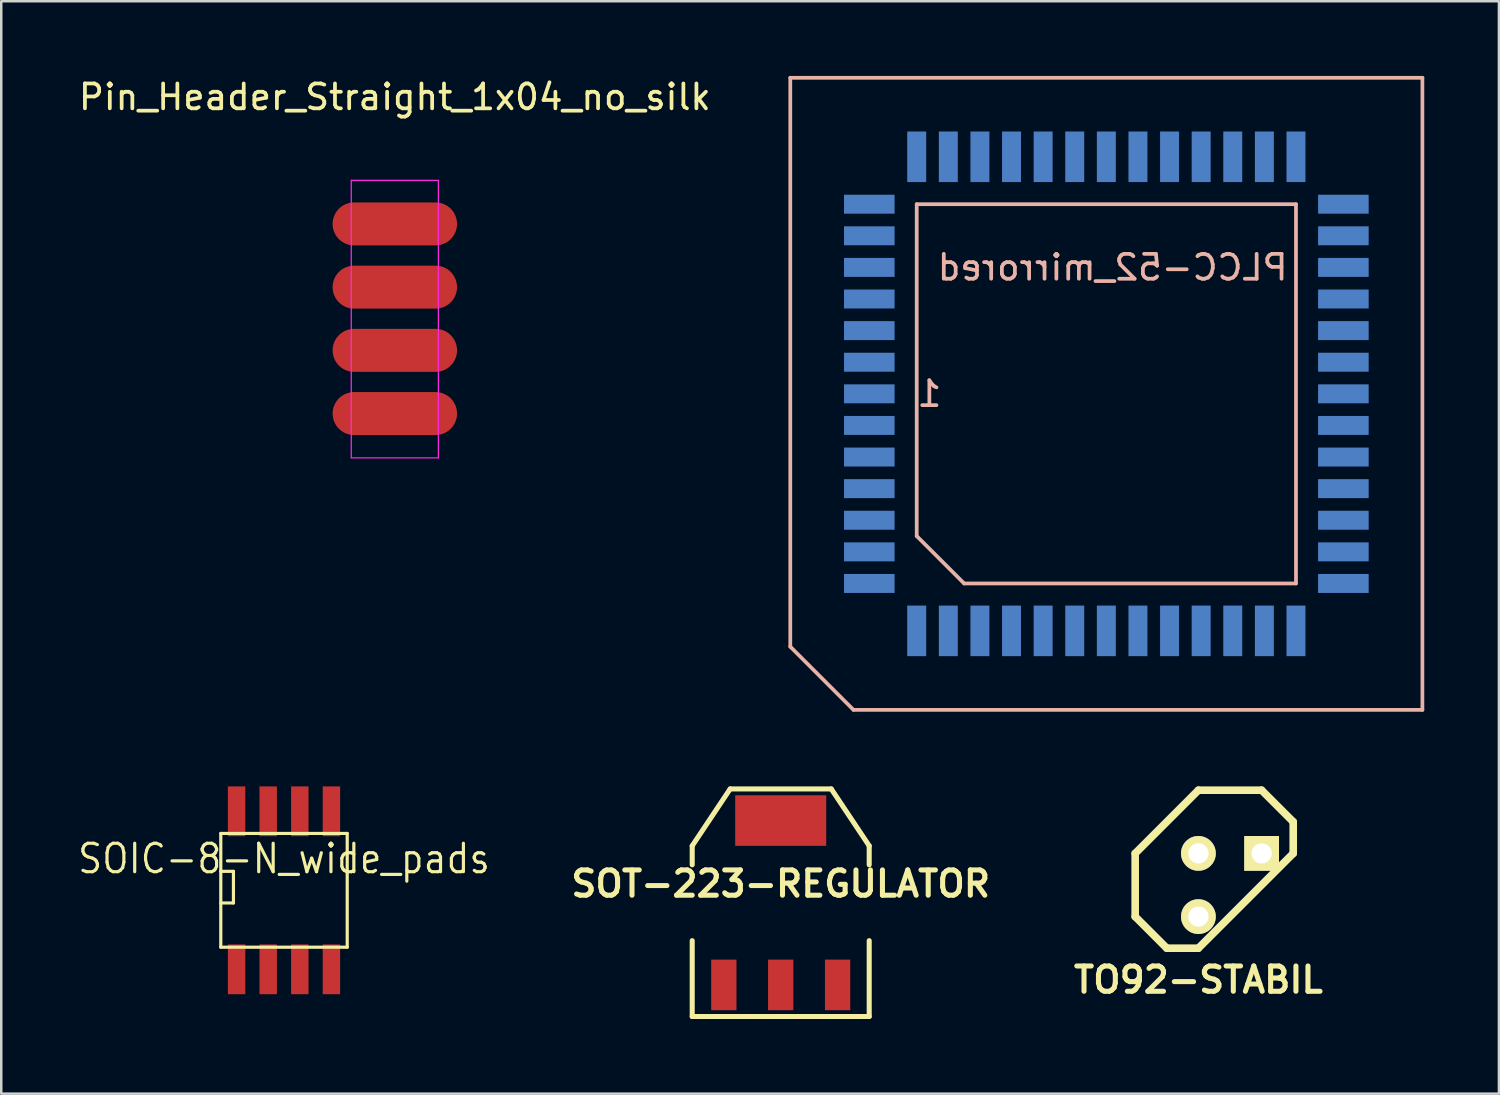
<source format=kicad_pcb>
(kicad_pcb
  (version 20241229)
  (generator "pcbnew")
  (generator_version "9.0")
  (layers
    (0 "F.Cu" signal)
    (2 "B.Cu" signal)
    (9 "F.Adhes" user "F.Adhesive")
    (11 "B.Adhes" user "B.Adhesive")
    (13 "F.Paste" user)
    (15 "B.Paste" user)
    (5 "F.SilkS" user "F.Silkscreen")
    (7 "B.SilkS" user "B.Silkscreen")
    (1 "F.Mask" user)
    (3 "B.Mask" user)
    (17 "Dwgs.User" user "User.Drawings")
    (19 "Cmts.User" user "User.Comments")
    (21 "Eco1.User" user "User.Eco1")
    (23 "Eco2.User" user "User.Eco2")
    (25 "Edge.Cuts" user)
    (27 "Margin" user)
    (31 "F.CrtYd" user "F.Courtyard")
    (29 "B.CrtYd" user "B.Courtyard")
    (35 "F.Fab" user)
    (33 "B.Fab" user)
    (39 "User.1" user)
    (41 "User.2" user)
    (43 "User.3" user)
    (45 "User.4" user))
  (footprint "PLCC-52_mirrored"
    (layer "F.Cu")
    (at 41.406 12.775)
    (property "Reference" "PLCC-52_mirrored" (at 0.254 -5.08 0) (layer "B.SilkS") (effects (font (size 1 1) (thickness 0.15)) (justify mirror)))
    (attr smd)
    (fp_line (start -12.7 -12.7) (end 12.7 -12.7) (stroke (width 0.15) (type solid)) (layer "B.SilkS"))
    (fp_line (start -12.7 10.16) (end -12.7 -12.7) (stroke (width 0.15) (type solid)) (layer "B.SilkS"))
    (fp_line (start -10.16 12.7) (end -12.7 10.16) (stroke (width 0.15) (type solid)) (layer "B.SilkS"))
    (fp_line (start -10.16 12.7) (end 12.7 12.7) (stroke (width 0.15) (type solid)) (layer "B.SilkS"))
    (fp_line (start -7.62 -7.62) (end 7.62 -7.62) (stroke (width 0.15) (type solid)) (layer "B.SilkS"))
    (fp_line (start -7.62 5.715) (end -7.62 -7.62) (stroke (width 0.15) (type solid)) (layer "B.SilkS"))
    (fp_line (start -5.715 7.62) (end -7.62 5.715) (stroke (width 0.15) (type solid)) (layer "B.SilkS"))
    (fp_line (start 7.62 -7.62) (end 7.62 7.62) (stroke (width 0.15) (type solid)) (layer "B.SilkS"))
    (fp_line (start 7.62 7.62) (end -5.715 7.62) (stroke (width 0.15) (type solid)) (layer "B.SilkS"))
    (fp_line (start 12.7 -12.7) (end 12.7 12.7) (stroke (width 0.15) (type solid)) (layer "B.SilkS"))
    (fp_text user "1" (at -7.112 0 0) (layer "B.SilkS") (effects (font (size 1 1) (thickness 0.15)) (justify mirror)))
    (pad "1" smd rect (at -9.525 0) (size 2.032 0.762) (layers "B.Cu" "B.Mask" "B.Paste"))
    (pad "2" smd rect (at -9.525 1.27) (size 2.032 0.762) (layers "B.Cu" "B.Mask" "B.Paste"))
    (pad "3" smd rect (at -9.525 2.54) (size 2.032 0.762) (layers "B.Cu" "B.Mask" "B.Paste"))
    (pad "4" smd rect (at -9.525 3.81) (size 2.032 0.762) (layers "B.Cu" "B.Mask" "B.Paste"))
    (pad "5" smd rect (at -9.525 5.08) (size 2.032 0.762) (layers "B.Cu" "B.Mask" "B.Paste"))
    (pad "6" smd rect (at -9.525 6.35) (size 2.032 0.762) (layers "B.Cu" "B.Mask" "B.Paste"))
    (pad "7" smd rect (at -9.525 7.62) (size 2.032 0.762) (layers "B.Cu" "B.Mask" "B.Paste"))
    (pad "8" smd rect (at -7.62 9.525) (size 0.762 2.032) (layers "B.Cu" "B.Mask" "B.Paste"))
    (pad "9" smd rect (at -6.35 9.525) (size 0.762 2.032) (layers "B.Cu" "B.Mask" "B.Paste"))
    (pad "10" smd rect (at -5.08 9.525) (size 0.762 2.032) (layers "B.Cu" "B.Mask" "B.Paste"))
    (pad "11" smd rect (at -3.81 9.525) (size 0.762 2.032) (layers "B.Cu" "B.Mask" "B.Paste"))
    (pad "12" smd rect (at -2.54 9.525) (size 0.762 2.032) (layers "B.Cu" "B.Mask" "B.Paste"))
    (pad "13" smd rect (at -1.27 9.525) (size 0.762 2.032) (layers "B.Cu" "B.Mask" "B.Paste"))
    (pad "14" smd rect (at 0 9.525) (size 0.762 2.032) (layers "B.Cu" "B.Mask" "B.Paste"))
    (pad "15" smd rect (at 1.27 9.525) (size 0.762 2.032) (layers "B.Cu" "B.Mask" "B.Paste"))
    (pad "16" smd rect (at 2.54 9.525) (size 0.762 2.032) (layers "B.Cu" "B.Mask" "B.Paste"))
    (pad "17" smd rect (at 3.81 9.525) (size 0.762 2.032) (layers "B.Cu" "B.Mask" "B.Paste"))
    (pad "18" smd rect (at 5.08 9.525) (size 0.762 2.032) (layers "B.Cu" "B.Mask" "B.Paste"))
    (pad "19" smd rect (at 6.35 9.525) (size 0.762 2.032) (layers "B.Cu" "B.Mask" "B.Paste"))
    (pad "20" smd rect (at 7.62 9.525) (size 0.762 2.032) (layers "B.Cu" "B.Mask" "B.Paste"))
    (pad "21" smd rect (at 9.525 7.62) (size 2.032 0.762) (layers "B.Cu" "B.Mask" "B.Paste"))
    (pad "22" smd rect (at 9.525 6.35) (size 2.032 0.762) (layers "B.Cu" "B.Mask" "B.Paste"))
    (pad "23" smd rect (at 9.525 5.08) (size 2.032 0.762) (layers "B.Cu" "B.Mask" "B.Paste"))
    (pad "24" smd rect (at 9.525 3.81) (size 2.032 0.762) (layers "B.Cu" "B.Mask" "B.Paste"))
    (pad "25" smd rect (at 9.525 2.54) (size 2.032 0.762) (layers "B.Cu" "B.Mask" "B.Paste"))
    (pad "26" smd rect (at 9.525 1.27) (size 2.032 0.762) (layers "B.Cu" "B.Mask" "B.Paste"))
    (pad "27" smd rect (at 9.525 0) (size 2.032 0.762) (layers "B.Cu" "B.Mask" "B.Paste"))
    (pad "28" smd rect (at 9.525 -1.27) (size 2.032 0.762) (layers "B.Cu" "B.Mask" "B.Paste"))
    (pad "29" smd rect (at 9.525 -2.54) (size 2.032 0.762) (layers "B.Cu" "B.Mask" "B.Paste"))
    (pad "30" smd rect (at 9.525 -3.81) (size 2.032 0.762) (layers "B.Cu" "B.Mask" "B.Paste"))
    (pad "31" smd rect (at 9.525 -5.08) (size 2.032 0.762) (layers "B.Cu" "B.Mask" "B.Paste"))
    (pad "32" smd rect (at 9.525 -6.35) (size 2.032 0.762) (layers "B.Cu" "B.Mask" "B.Paste"))
    (pad "33" smd rect (at 9.525 -7.62) (size 2.032 0.762) (layers "B.Cu" "B.Mask" "B.Paste"))
    (pad "34" smd rect (at 7.62 -9.525) (size 0.762 2.032) (layers "B.Cu" "B.Mask" "B.Paste"))
    (pad "35" smd rect (at 6.35 -9.525) (size 0.762 2.032) (layers "B.Cu" "B.Mask" "B.Paste"))
    (pad "36" smd rect (at 5.08 -9.525) (size 0.762 2.032) (layers "B.Cu" "B.Mask" "B.Paste"))
    (pad "37" smd rect (at 3.81 -9.525) (size 0.762 2.032) (layers "B.Cu" "B.Mask" "B.Paste"))
    (pad "38" smd rect (at 2.54 -9.525) (size 0.762 2.032) (layers "B.Cu" "B.Mask" "B.Paste"))
    (pad "39" smd rect (at 1.27 -9.525) (size 0.762 2.032) (layers "B.Cu" "B.Mask" "B.Paste"))
    (pad "40" smd rect (at 0 -9.525) (size 0.762 2.032) (layers "B.Cu" "B.Mask" "B.Paste"))
    (pad "41" smd rect (at -1.27 -9.525) (size 0.762 2.032) (layers "B.Cu" "B.Mask" "B.Paste"))
    (pad "42" smd rect (at -2.54 -9.525) (size 0.762 2.032) (layers "B.Cu" "B.Mask" "B.Paste"))
    (pad "43" smd rect (at -3.81 -9.525) (size 0.762 2.032) (layers "B.Cu" "B.Mask" "B.Paste"))
    (pad "44" smd rect (at -5.08 -9.525) (size 0.762 2.032) (layers "B.Cu" "B.Mask" "B.Paste"))
    (pad "45" smd rect (at -6.35 -9.525) (size 0.762 2.032) (layers "B.Cu" "B.Mask" "B.Paste"))
    (pad "46" smd rect (at -7.62 -9.525) (size 0.762 2.032) (layers "B.Cu" "B.Mask" "B.Paste"))
    (pad "47" smd rect (at -9.525 -7.62) (size 2.032 0.762) (layers "B.Cu" "B.Mask" "B.Paste"))
    (pad "48" smd rect (at -9.525 -6.35) (size 2.032 0.762) (layers "B.Cu" "B.Mask" "B.Paste"))
    (pad "49" smd rect (at -9.525 -5.08) (size 2.032 0.762) (layers "B.Cu" "B.Mask" "B.Paste"))
    (pad "50" smd rect (at -9.525 -3.81) (size 2.032 0.762) (layers "B.Cu" "B.Mask" "B.Paste"))
    (pad "51" smd rect (at -9.525 -2.54) (size 2.032 0.762) (layers "B.Cu" "B.Mask" "B.Paste"))
    (pad "52" smd rect (at -9.525 -1.27) (size 2.032 0.762) (layers "B.Cu" "B.Mask" "B.Paste")))
  (footprint "TO92-STABIL"
    (layer "F.Cu")
    (at 46.375 32.512)
    (property "Reference" "TO92-STABIL" (at -1.27 3.81 0) (layer "F.SilkS") (effects (font (size 1.016 1.016) (thickness 0.203))))
    (attr through_hole)
    (fp_line (start -3.81 -1.27) (end -3.81 1.27) (stroke (width 0.305) (type solid)) (layer "F.SilkS"))
    (fp_line (start -3.81 1.27) (end -2.54 2.54) (stroke (width 0.305) (type solid)) (layer "F.SilkS"))
    (fp_line (start -2.54 2.54) (end -1.27 2.54) (stroke (width 0.305) (type solid)) (layer "F.SilkS"))
    (fp_line (start -1.27 -3.81) (end -3.81 -1.27) (stroke (width 0.305) (type solid)) (layer "F.SilkS"))
    (fp_line (start -1.27 2.54) (end 2.54 -1.27) (stroke (width 0.305) (type solid)) (layer "F.SilkS"))
    (fp_line (start 1.27 -3.81) (end -1.27 -3.81) (stroke (width 0.305) (type solid)) (layer "F.SilkS"))
    (fp_line (start 2.54 -2.54) (end 1.27 -3.81) (stroke (width 0.305) (type solid)) (layer "F.SilkS"))
    (fp_line (start 2.54 -1.27) (end 2.54 -2.54) (stroke (width 0.305) (type solid)) (layer "F.SilkS"))
    (pad "GND" thru_hole circle (at -1.27 -1.27) (size 1.397 1.397) (drill 0.813) (layers "*.Cu" "*.Mask" "F.SilkS"))
    (pad "VI" thru_hole rect (at 1.27 -1.27) (size 1.397 1.397) (drill 0.813) (layers "*.Cu" "*.Mask" "F.SilkS"))
    (pad "VO" thru_hole circle (at -1.27 1.27) (size 1.397 1.397) (drill 0.813) (layers "*.Cu" "*.Mask" "F.SilkS")))
  (footprint "SOIC-8-N_wide_pads"
    (layer "F.Cu")
    (at 8.362 32.725)
    (property "Reference" "SOIC-8-N_wide_pads" (at 0 -1.27 0) (layer "F.SilkS") (effects (font (size 1.143 1.016) (thickness 0.127))))
    (attr smd)
    (fp_line (start -2.54 -2.286) (end 2.54 -2.286) (stroke (width 0.127) (type solid)) (layer "F.SilkS"))
    (fp_line (start -2.54 -0.762) (end -2.032 -0.762) (stroke (width 0.127) (type solid)) (layer "F.SilkS"))
    (fp_line (start -2.54 2.286) (end -2.54 -2.286) (stroke (width 0.127) (type solid)) (layer "F.SilkS"))
    (fp_line (start -2.032 -0.762) (end -2.032 0.508) (stroke (width 0.127) (type solid)) (layer "F.SilkS"))
    (fp_line (start -2.032 0.508) (end -2.54 0.508) (stroke (width 0.127) (type solid)) (layer "F.SilkS"))
    (fp_line (start 2.54 -2.286) (end 2.54 2.286) (stroke (width 0.127) (type solid)) (layer "F.SilkS"))
    (fp_line (start 2.54 2.286) (end -2.54 2.286) (stroke (width 0.127) (type solid)) (layer "F.SilkS"))
    (pad "1" smd rect (at -1.905 3.175) (size 0.7 2) (layers "F.Cu" "F.Mask" "F.Paste"))
    (pad "2" smd rect (at -0.635 3.175) (size 0.7 2) (layers "F.Cu" "F.Mask" "F.Paste"))
    (pad "3" smd rect (at 0.635 3.175) (size 0.7 2) (layers "F.Cu" "F.Mask" "F.Paste"))
    (pad "4" smd rect (at 1.905 3.175) (size 0.7 2) (layers "F.Cu" "F.Mask" "F.Paste"))
    (pad "5" smd rect (at 1.905 -3.175) (size 0.7 2) (layers "F.Cu" "F.Mask" "F.Paste"))
    (pad "6" smd rect (at 0.635 -3.175) (size 0.7 2) (layers "F.Cu" "F.Mask" "F.Paste"))
    (pad "7" smd rect (at -0.635 -3.175) (size 0.7 2) (layers "F.Cu" "F.Mask" "F.Paste"))
    (pad "8" smd rect (at -1.905 -3.175) (size 0.7 2) (layers "F.Cu" "F.Mask" "F.Paste")))
  (footprint "SOT-223-REGULATOR"
    (layer "F.Cu")
    (at 28.321 33.224)
    (property "Reference" "SOT-223-REGULATOR" (at 0 -0.762 0) (layer "F.SilkS") (effects (font (size 1.016 1.016) (thickness 0.203))))
    (attr smd)
    (fp_line (start -3.556 -2.286) (end -2.032 -4.572) (stroke (width 0.203) (type solid)) (layer "F.SilkS"))
    (fp_line (start -3.556 -1.524) (end -3.556 -2.286) (stroke (width 0.203) (type solid)) (layer "F.SilkS"))
    (fp_line (start -3.556 1.524) (end -3.556 4.572) (stroke (width 0.203) (type solid)) (layer "F.SilkS"))
    (fp_line (start -3.556 4.572) (end 3.556 4.572) (stroke (width 0.203) (type solid)) (layer "F.SilkS"))
    (fp_line (start -2.032 -4.572) (end 2.032 -4.572) (stroke (width 0.203) (type solid)) (layer "F.SilkS"))
    (fp_line (start 2.032 -4.572) (end 3.556 -2.286) (stroke (width 0.203) (type solid)) (layer "F.SilkS"))
    (fp_line (start 3.556 -2.286) (end 3.556 -1.524) (stroke (width 0.203) (type solid)) (layer "F.SilkS"))
    (fp_line (start 3.556 4.572) (end 3.556 1.524) (stroke (width 0.203) (type solid)) (layer "F.SilkS"))
    (pad "GND" smd rect (at -2.286 3.302) (size 1.016 2.032) (layers "F.Cu" "F.Mask" "F.Paste"))
    (pad "VI" smd rect (at 2.286 3.302) (size 1.016 2.032) (layers "F.Cu" "F.Mask" "F.Paste"))
    (pad "VO" smd rect (at 0 -3.302) (size 3.658 2.032) (layers "F.Cu" "F.Mask" "F.Paste"))
    (pad "VO" smd rect (at 0 3.302) (size 1.016 2.032) (layers "F.Cu" "F.Mask" "F.Paste")))
  (footprint "Pin_Header_Straight_1x04_no_silk"
    (layer "F.Cu")
    (at 12.815 5.948)
    (property "Reference" "Pin_Header_Straight_1x04_no_silk" (at 0 -5.1 0) (layer "F.SilkS") (effects (font (size 1 1) (thickness 0.15))))
    (attr through_hole)
    (fp_line (start -1.75 -1.75) (end -1.75 9.4) (stroke (width 0.05) (type solid)) (layer "F.CrtYd"))
    (fp_line (start -1.75 -1.75) (end 1.75 -1.75) (stroke (width 0.05) (type solid)) (layer "F.CrtYd"))
    (fp_line (start -1.75 9.4) (end 1.75 9.4) (stroke (width 0.05) (type solid)) (layer "F.CrtYd"))
    (fp_line (start 1.75 -1.75) (end 1.75 9.4) (stroke (width 0.05) (type solid)) (layer "F.CrtYd"))
    (pad "1" smd oval (at 0 0) (size 5 1.727) (layers "F.Cu" "F.Mask" "F.Paste"))
    (pad "2" smd oval (at 0 2.54) (size 5 1.727) (layers "F.Cu" "F.Mask" "F.Paste"))
    (pad "3" smd oval (at 0 5.08) (size 5 1.727) (layers "F.Cu" "F.Mask" "F.Paste"))
    (pad "4" smd oval (at 0 7.62) (size 5 1.727) (layers "F.Cu" "F.Mask" "F.Paste")))
  (gr_rect
    (start -3 -3)
    (end 57.181 40.897)
    (stroke (width 0.1) (type default))
    (fill no)
    (layer "Edge.Cuts")))
</source>
